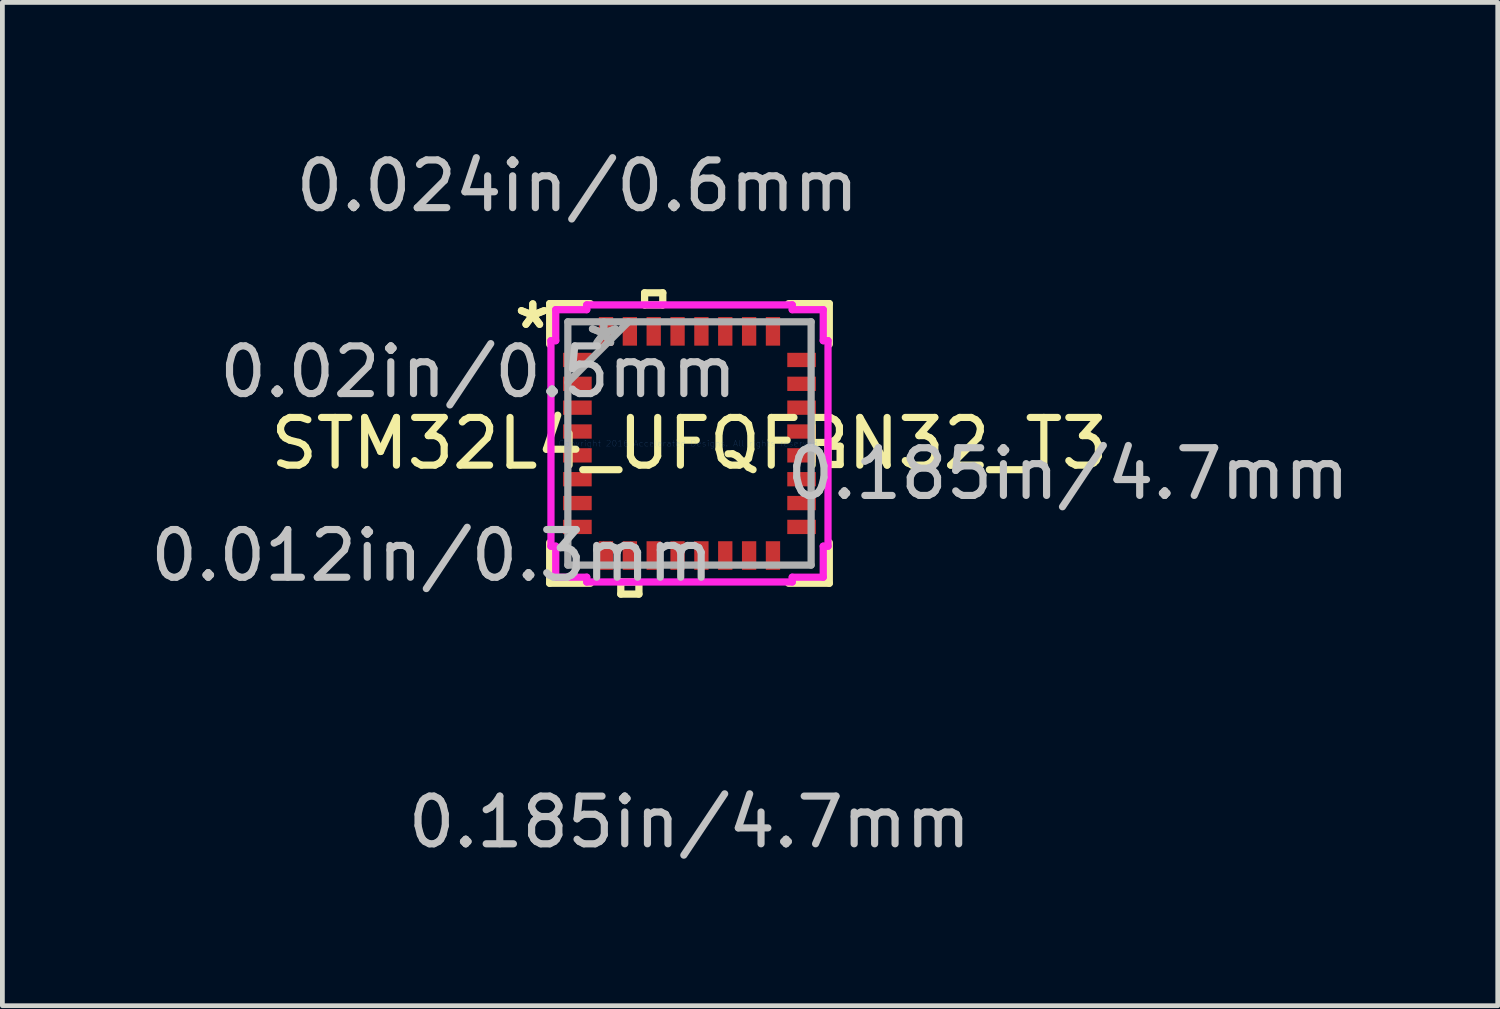
<source format=kicad_pcb>
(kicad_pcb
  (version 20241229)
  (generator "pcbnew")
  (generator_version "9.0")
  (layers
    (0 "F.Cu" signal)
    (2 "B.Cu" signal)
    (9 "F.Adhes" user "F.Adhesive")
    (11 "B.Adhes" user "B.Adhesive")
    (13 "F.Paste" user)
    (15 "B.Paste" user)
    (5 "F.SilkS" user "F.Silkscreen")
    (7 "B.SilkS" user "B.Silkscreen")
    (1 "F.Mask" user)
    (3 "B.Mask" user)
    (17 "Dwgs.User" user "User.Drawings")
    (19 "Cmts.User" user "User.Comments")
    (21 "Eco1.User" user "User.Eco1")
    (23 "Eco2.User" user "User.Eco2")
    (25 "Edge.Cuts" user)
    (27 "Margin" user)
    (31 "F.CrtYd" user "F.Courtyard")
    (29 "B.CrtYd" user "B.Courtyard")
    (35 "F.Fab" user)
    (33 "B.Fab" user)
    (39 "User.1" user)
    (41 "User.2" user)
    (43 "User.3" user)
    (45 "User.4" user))
  (footprint "STM32L4_UFQFPN32_T3"
    (layer "F.Cu")
    (at 11.404 6.246)
    (property "Reference" "STM32L4_UFQFPN32_T3" (at 0 0 0) (layer "F.SilkS") (effects (font (size 1 1) (thickness 0.15))))
    (attr through_hole)
    (fp_line (start -2.931 -2.931) (end -2.931 -2.078) (stroke (width 0.152) (type solid)) (layer "F.SilkS"))
    (fp_line (start -2.931 2.078) (end -2.931 2.931) (stroke (width 0.152) (type solid)) (layer "F.SilkS"))
    (fp_line (start -2.931 2.931) (end -2.078 2.931) (stroke (width 0.152) (type solid)) (layer "F.SilkS"))
    (fp_line (start -2.078 -2.931) (end -2.931 -2.931) (stroke (width 0.152) (type solid)) (layer "F.SilkS"))
    (fp_line (start -1.44 2.904) (end -1.44 3.158) (stroke (width 0.152) (type solid)) (layer "F.SilkS"))
    (fp_line (start -1.44 3.158) (end -1.06 3.158) (stroke (width 0.152) (type solid)) (layer "F.SilkS"))
    (fp_line (start -1.06 2.904) (end -1.44 2.904) (stroke (width 0.152) (type solid)) (layer "F.SilkS"))
    (fp_line (start -1.06 3.158) (end -1.06 2.904) (stroke (width 0.152) (type solid)) (layer "F.SilkS"))
    (fp_line (start -0.941 -3.158) (end -0.56 -3.158) (stroke (width 0.152) (type solid)) (layer "F.SilkS"))
    (fp_line (start -0.941 -2.904) (end -0.941 -3.158) (stroke (width 0.152) (type solid)) (layer "F.SilkS"))
    (fp_line (start -0.56 -3.158) (end -0.56 -2.904) (stroke (width 0.152) (type solid)) (layer "F.SilkS"))
    (fp_line (start -0.56 -2.904) (end -0.941 -2.904) (stroke (width 0.152) (type solid)) (layer "F.SilkS"))
    (fp_line (start 2.078 2.931) (end 2.931 2.931) (stroke (width 0.152) (type solid)) (layer "F.SilkS"))
    (fp_line (start 2.904 0.059) (end 3.158 0.059) (stroke (width 0.152) (type solid)) (layer "F.SilkS"))
    (fp_line (start 2.904 0.441) (end 2.904 0.059) (stroke (width 0.152) (type solid)) (layer "F.SilkS"))
    (fp_line (start 2.931 -2.931) (end 2.078 -2.931) (stroke (width 0.152) (type solid)) (layer "F.SilkS"))
    (fp_line (start 2.931 -2.078) (end 2.931 -2.931) (stroke (width 0.152) (type solid)) (layer "F.SilkS"))
    (fp_line (start 2.931 2.931) (end 2.931 2.078) (stroke (width 0.152) (type solid)) (layer "F.SilkS"))
    (fp_line (start 3.158 0.059) (end 3.158 0.441) (stroke (width 0.152) (type solid)) (layer "F.SilkS"))
    (fp_line (start 3.158 0.441) (end 2.904 0.441) (stroke (width 0.152) (type solid)) (layer "F.SilkS"))
    (fp_line (start -2.904 -2.154) (end -2.804 -2.154) (stroke (width 0.152) (type solid)) (layer "F.CrtYd"))
    (fp_line (start -2.904 2.154) (end -2.904 -2.154) (stroke (width 0.152) (type solid)) (layer "F.CrtYd"))
    (fp_line (start -2.804 -2.804) (end -2.154 -2.804) (stroke (width 0.152) (type solid)) (layer "F.CrtYd"))
    (fp_line (start -2.804 -2.154) (end -2.804 -2.804) (stroke (width 0.152) (type solid)) (layer "F.CrtYd"))
    (fp_line (start -2.804 2.154) (end -2.904 2.154) (stroke (width 0.152) (type solid)) (layer "F.CrtYd"))
    (fp_line (start -2.804 2.804) (end -2.804 2.154) (stroke (width 0.152) (type solid)) (layer "F.CrtYd"))
    (fp_line (start -2.154 -2.904) (end 2.154 -2.904) (stroke (width 0.152) (type solid)) (layer "F.CrtYd"))
    (fp_line (start -2.154 -2.804) (end -2.154 -2.904) (stroke (width 0.152) (type solid)) (layer "F.CrtYd"))
    (fp_line (start -2.154 2.804) (end -2.804 2.804) (stroke (width 0.152) (type solid)) (layer "F.CrtYd"))
    (fp_line (start -2.154 2.904) (end -2.154 2.804) (stroke (width 0.152) (type solid)) (layer "F.CrtYd"))
    (fp_line (start 2.154 -2.904) (end 2.154 -2.804) (stroke (width 0.152) (type solid)) (layer "F.CrtYd"))
    (fp_line (start 2.154 -2.804) (end 2.804 -2.804) (stroke (width 0.152) (type solid)) (layer "F.CrtYd"))
    (fp_line (start 2.154 2.804) (end 2.154 2.904) (stroke (width 0.152) (type solid)) (layer "F.CrtYd"))
    (fp_line (start 2.154 2.904) (end -2.154 2.904) (stroke (width 0.152) (type solid)) (layer "F.CrtYd"))
    (fp_line (start 2.804 -2.804) (end 2.804 -2.154) (stroke (width 0.152) (type solid)) (layer "F.CrtYd"))
    (fp_line (start 2.804 -2.154) (end 2.904 -2.154) (stroke (width 0.152) (type solid)) (layer "F.CrtYd"))
    (fp_line (start 2.804 2.154) (end 2.804 2.804) (stroke (width 0.152) (type solid)) (layer "F.CrtYd"))
    (fp_line (start 2.804 2.804) (end 2.154 2.804) (stroke (width 0.152) (type solid)) (layer "F.CrtYd"))
    (fp_line (start 2.904 -2.154) (end 2.904 2.154) (stroke (width 0.152) (type solid)) (layer "F.CrtYd"))
    (fp_line (start 2.904 2.154) (end 2.804 2.154) (stroke (width 0.152) (type solid)) (layer "F.CrtYd"))
    (fp_line (start -2.55 -2.55) (end -2.55 2.55) (stroke (width 0.152) (type solid)) (layer "F.Fab"))
    (fp_line (start -2.55 -1.28) (end -1.28 -2.55) (stroke (width 0.152) (type solid)) (layer "F.Fab"))
    (fp_line (start -2.55 2.55) (end 2.55 2.55) (stroke (width 0.152) (type solid)) (layer "F.Fab"))
    (fp_line (start 2.55 -2.55) (end -2.55 -2.55) (stroke (width 0.152) (type solid)) (layer "F.Fab"))
    (fp_line (start 2.55 2.55) (end 2.55 -2.55) (stroke (width 0.152) (type solid)) (layer "F.Fab"))
    (fp_text user "*" (at -3.285 -2.381 0) (layer "F.SilkS") (effects (font (size 1 1) (thickness 0.15))))
    (fp_text user "*" (at -3.285 -2.381 0) (layer "F.SilkS") (effects (font (size 1 1) (thickness 0.15))))
    (fp_text user "0.185in/4.7mm" (at 0 7.938 0) (layer "Dwgs.User") (effects (font (size 1 1) (thickness 0.15))))
    (fp_text user "0.024in/0.6mm" (at -2.35 -5.398 0) (layer "Dwgs.User") (effects (font (size 1 1) (thickness 0.15))))
    (fp_text user "0.02in/0.5mm" (at -4.428 -1.5 0) (layer "Dwgs.User") (effects (font (size 1 1) (thickness 0.15))))
    (fp_text user "0.012in/0.3mm" (at -5.398 2.35 0) (layer "Dwgs.User") (effects (font (size 1 1) (thickness 0.15))))
    (fp_text user "0.185in/4.7mm" (at 7.938 0.635 0) (layer "Dwgs.User") (effects (font (size 1 1) (thickness 0.15))))
    (fp_text user "Copyright 2016 Accelerated Designs. All rights reserved." (at 0 0 0) (layer "Cmts.User") (effects (font (size 0.127 0.127) (thickness 0.002))))
    (fp_text user "*" (at -1.796 -2 0) (layer "F.Fab") (effects (font (size 1 1) (thickness 0.15))))
    (fp_text user "*" (at -1.796 -2 0) (layer "F.Fab") (effects (font (size 1 1) (thickness 0.15))))
    (pad "1" smd rect (at -2.35 -1.75 90) (size 0.3 0.6) (layers "F.Cu" "F.Mask" "F.Paste"))
    (pad "2" smd rect (at -2.35 -1.25 90) (size 0.3 0.6) (layers "F.Cu" "F.Mask" "F.Paste"))
    (pad "3" smd rect (at -2.35 -0.75 90) (size 0.3 0.6) (layers "F.Cu" "F.Mask" "F.Paste"))
    (pad "4" smd rect (at -2.35 -0.25 90) (size 0.3 0.6) (layers "F.Cu" "F.Mask" "F.Paste"))
    (pad "5" smd rect (at -2.35 0.25 90) (size 0.3 0.6) (layers "F.Cu" "F.Mask" "F.Paste"))
    (pad "6" smd rect (at -2.35 0.75 90) (size 0.3 0.6) (layers "F.Cu" "F.Mask" "F.Paste"))
    (pad "7" smd rect (at -2.35 1.25 90) (size 0.3 0.6) (layers "F.Cu" "F.Mask" "F.Paste"))
    (pad "8" smd rect (at -2.35 1.75 90) (size 0.3 0.6) (layers "F.Cu" "F.Mask" "F.Paste"))
    (pad "9" smd rect (at -1.75 2.35) (size 0.3 0.6) (layers "F.Cu" "F.Mask" "F.Paste"))
    (pad "10" smd rect (at -1.25 2.35) (size 0.3 0.6) (layers "F.Cu" "F.Mask" "F.Paste"))
    (pad "11" smd rect (at -0.75 2.35) (size 0.3 0.6) (layers "F.Cu" "F.Mask" "F.Paste"))
    (pad "12" smd rect (at -0.25 2.35) (size 0.3 0.6) (layers "F.Cu" "F.Mask" "F.Paste"))
    (pad "13" smd rect (at 0.25 2.35) (size 0.3 0.6) (layers "F.Cu" "F.Mask" "F.Paste"))
    (pad "14" smd rect (at 0.75 2.35) (size 0.3 0.6) (layers "F.Cu" "F.Mask" "F.Paste"))
    (pad "15" smd rect (at 1.25 2.35) (size 0.3 0.6) (layers "F.Cu" "F.Mask" "F.Paste"))
    (pad "16" smd rect (at 1.75 2.35) (size 0.3 0.6) (layers "F.Cu" "F.Mask" "F.Paste"))
    (pad "17" smd rect (at 2.35 1.75 90) (size 0.3 0.6) (layers "F.Cu" "F.Mask" "F.Paste"))
    (pad "18" smd rect (at 2.35 1.25 90) (size 0.3 0.6) (layers "F.Cu" "F.Mask" "F.Paste"))
    (pad "19" smd rect (at 2.35 0.75 90) (size 0.3 0.6) (layers "F.Cu" "F.Mask" "F.Paste"))
    (pad "20" smd rect (at 2.35 0.25 90) (size 0.3 0.6) (layers "F.Cu" "F.Mask" "F.Paste"))
    (pad "21" smd rect (at 2.35 -0.25 90) (size 0.3 0.6) (layers "F.Cu" "F.Mask" "F.Paste"))
    (pad "22" smd rect (at 2.35 -0.75 90) (size 0.3 0.6) (layers "F.Cu" "F.Mask" "F.Paste"))
    (pad "23" smd rect (at 2.35 -1.25 90) (size 0.3 0.6) (layers "F.Cu" "F.Mask" "F.Paste"))
    (pad "24" smd rect (at 2.35 -1.75 90) (size 0.3 0.6) (layers "F.Cu" "F.Mask" "F.Paste"))
    (pad "25" smd rect (at 1.75 -2.35) (size 0.3 0.6) (layers "F.Cu" "F.Mask" "F.Paste"))
    (pad "26" smd rect (at 1.25 -2.35) (size 0.3 0.6) (layers "F.Cu" "F.Mask" "F.Paste"))
    (pad "27" smd rect (at 0.75 -2.35) (size 0.3 0.6) (layers "F.Cu" "F.Mask" "F.Paste"))
    (pad "28" smd rect (at 0.25 -2.35) (size 0.3 0.6) (layers "F.Cu" "F.Mask" "F.Paste"))
    (pad "29" smd rect (at -0.25 -2.35) (size 0.3 0.6) (layers "F.Cu" "F.Mask" "F.Paste"))
    (pad "30" smd rect (at -0.75 -2.35) (size 0.3 0.6) (layers "F.Cu" "F.Mask" "F.Paste"))
    (pad "31" smd rect (at -1.25 -2.35) (size 0.3 0.6) (layers "F.Cu" "F.Mask" "F.Paste"))
    (pad "32" smd rect (at -1.75 -2.35) (size 0.3 0.6) (layers "F.Cu" "F.Mask" "F.Paste")))
  (gr_rect
    (start -3 -3)
    (end 28.348 18.033)
    (stroke (width 0.1) (type default))
    (fill no)
    (layer "Edge.Cuts")))
</source>
